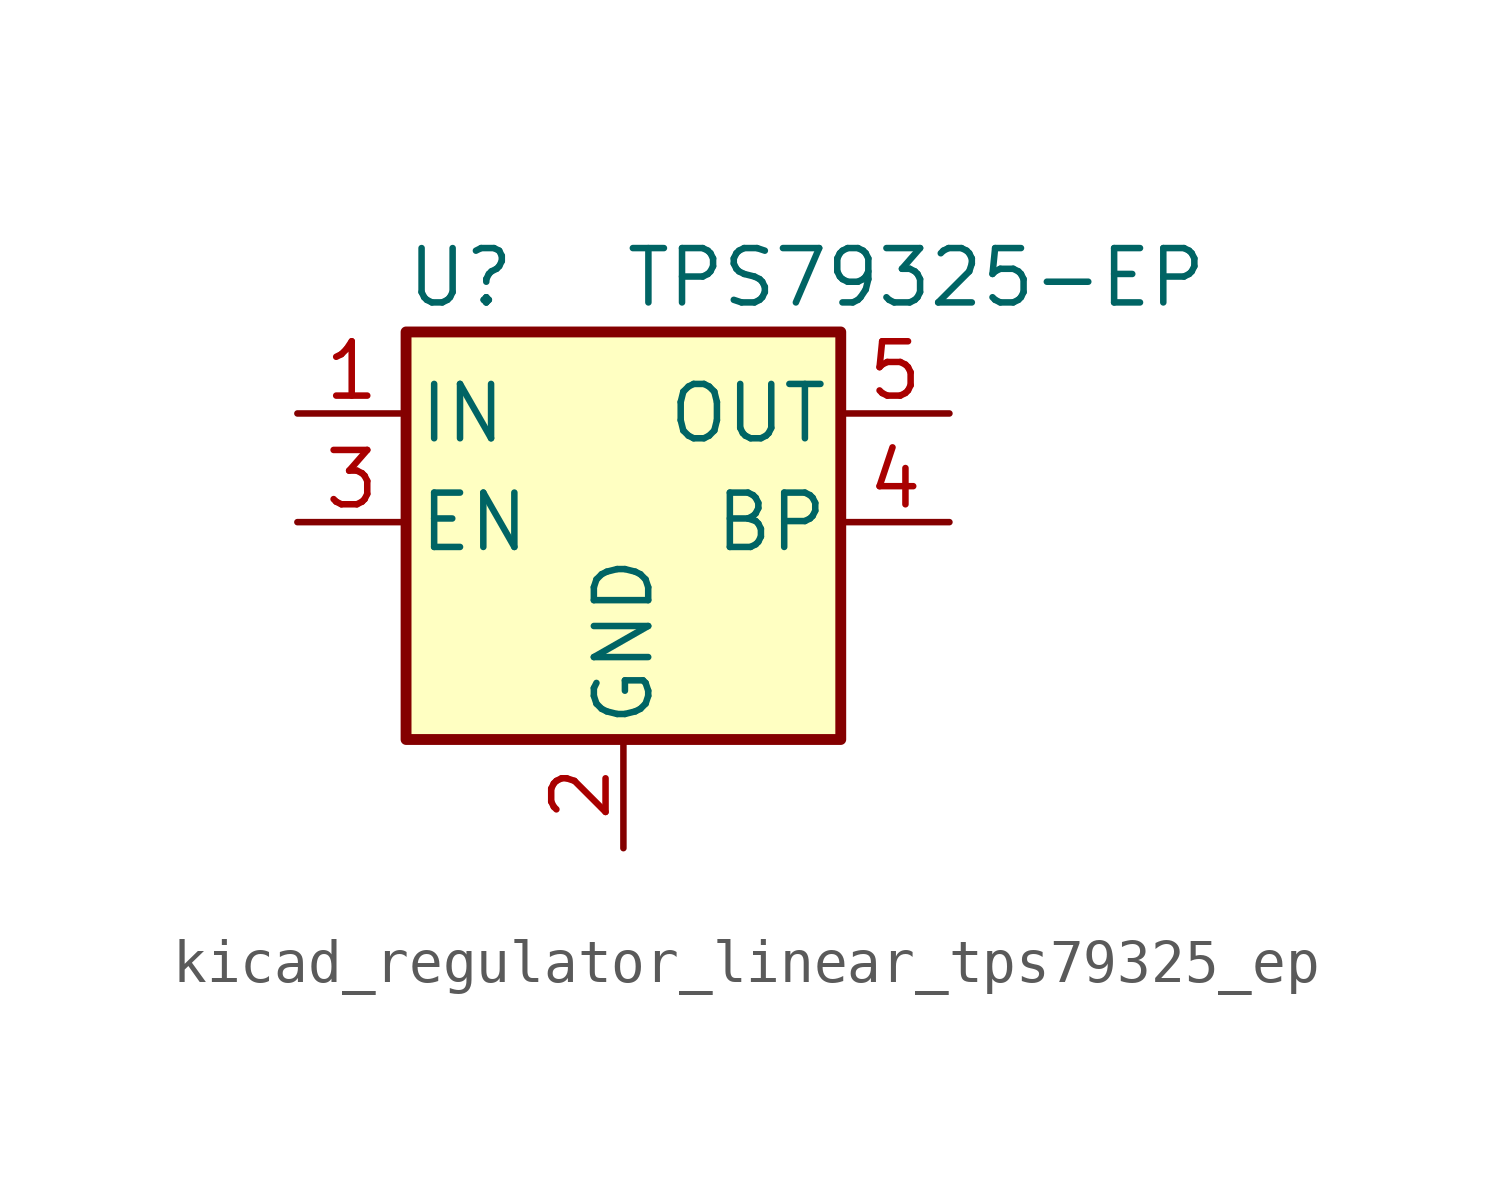
<source format=kicad_sym>
(kicad_symbol_lib
  (version 20220914)
  (generator kicad_symbol_editor)
  (symbol "kicad_regulator_linear_tps79325_ep"
    (pin_names
      (offset 0.254))
    (property "Reference" "U"
      (at -3.81 5.715 0)
      (effects (font (size 1.27 1.27))))
    (property "Value" "TPS79325-EP"
      (at 0 5.715 0)
      (effects (font (size 1.27 1.27)) (justify left)))
    (symbol "kicad_regulator_linear_tps79325_ep_1_1"
      (rectangle (start 5.08 -5.08) (end -5.08 4.445) (stroke (width 0.254) (type default)) (fill (type background)))
      (pin power_in line (at -7.62 2.54 0) (length 2.54) (name "IN" (effects (font (size 1.27 1.27)))) (number "1" (effects (font (size 1.27 1.27)))))
      (pin power_in line (at 0 -7.62 90) (length 2.54) (name "GND" (effects (font (size 1.27 1.27)))) (number "2" (effects (font (size 1.27 1.27)))))
      (pin input line (at -7.62 0 0) (length 2.54) (name "EN" (effects (font (size 1.27 1.27)))) (number "3" (effects (font (size 1.27 1.27)))))
      (pin bidirectional line (at 7.62 0 180) (length 2.54) (name "BP" (effects (font (size 1.27 1.27)))) (number "4" (effects (font (size 1.27 1.27)))))
      (pin power_out line (at 7.62 2.54 180) (length 2.54) (name "OUT" (effects (font (size 1.27 1.27)))) (number "5" (effects (font (size 1.27 1.27))))))))
</source>
